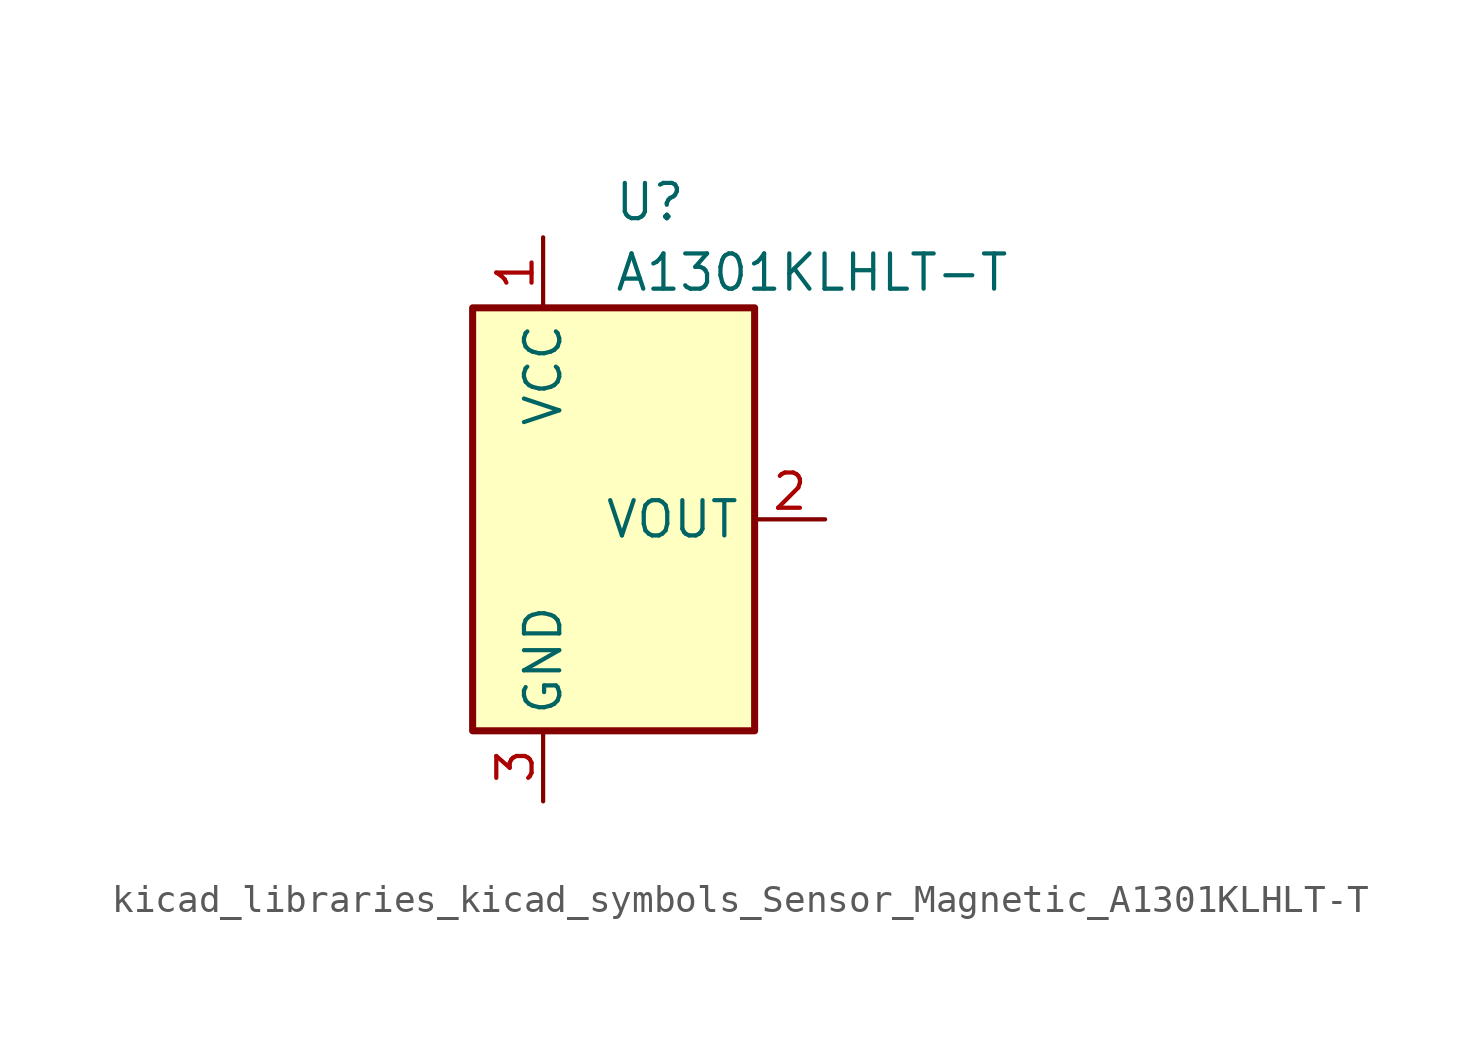
<source format=kicad_sym>
(kicad_symbol_lib
  (version 20220914)
  (generator kicad_symbol_editor)
  (symbol "kicad_libraries_kicad_symbols_Sensor_Magnetic_A1301KLHLT-T"
    (property "Reference" "U"
      (at 0 11.43 0)
      (effects (font (size 1.27 1.27)) (justify left)))
    (property "Value" "A1301KLHLT-T"
      (at 0 8.89 0)
      (effects (font (size 1.27 1.27)) (justify left)))
    (symbol "kicad_libraries_kicad_symbols_Sensor_Magnetic_A1301KLHLT-T_0_1"
      (rectangle (start -5.08 7.62) (end 5.08 -7.62) (stroke (width 0.254) (type default)) (fill (type background))))
    (symbol "kicad_libraries_kicad_symbols_Sensor_Magnetic_A1301KLHLT-T_1_1"
      (pin power_in line (at -2.54 10.16 270) (length 2.54) (name "VCC" (effects (font (size 1.27 1.27)))) (number "1" (effects (font (size 1.27 1.27)))))
      (pin output line (at 7.62 0 180) (length 2.54) (name "VOUT" (effects (font (size 1.27 1.27)))) (number "2" (effects (font (size 1.27 1.27)))))
      (pin power_in line (at -2.54 -10.16 90) (length 2.54) (name "GND" (effects (font (size 1.27 1.27)))) (number "3" (effects (font (size 1.27 1.27))))))))
</source>
